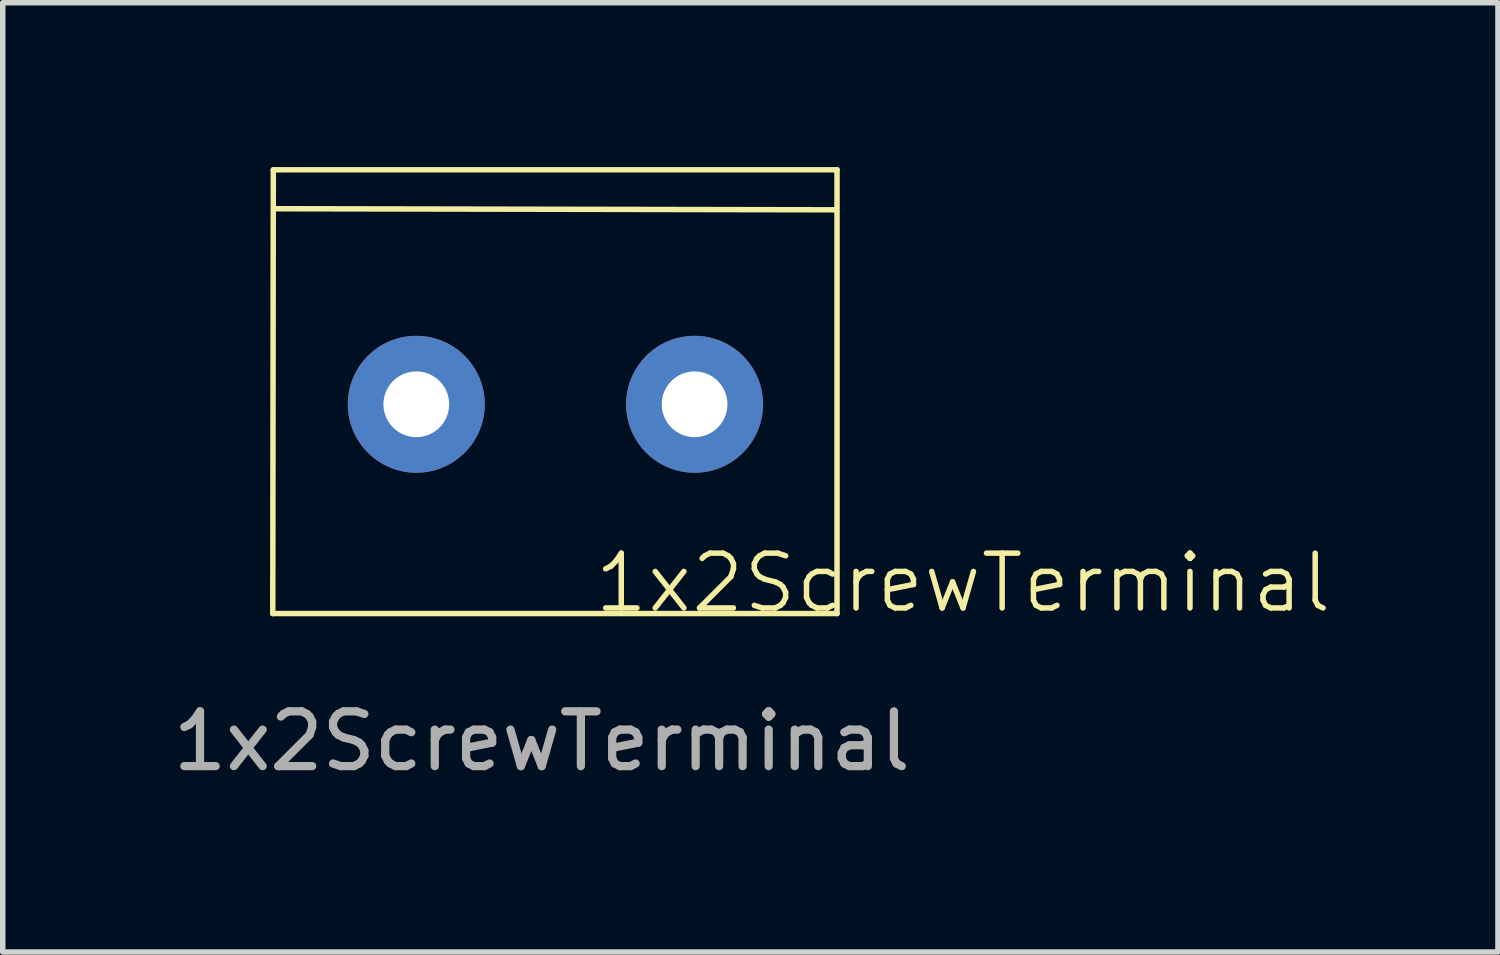
<source format=kicad_pcb>
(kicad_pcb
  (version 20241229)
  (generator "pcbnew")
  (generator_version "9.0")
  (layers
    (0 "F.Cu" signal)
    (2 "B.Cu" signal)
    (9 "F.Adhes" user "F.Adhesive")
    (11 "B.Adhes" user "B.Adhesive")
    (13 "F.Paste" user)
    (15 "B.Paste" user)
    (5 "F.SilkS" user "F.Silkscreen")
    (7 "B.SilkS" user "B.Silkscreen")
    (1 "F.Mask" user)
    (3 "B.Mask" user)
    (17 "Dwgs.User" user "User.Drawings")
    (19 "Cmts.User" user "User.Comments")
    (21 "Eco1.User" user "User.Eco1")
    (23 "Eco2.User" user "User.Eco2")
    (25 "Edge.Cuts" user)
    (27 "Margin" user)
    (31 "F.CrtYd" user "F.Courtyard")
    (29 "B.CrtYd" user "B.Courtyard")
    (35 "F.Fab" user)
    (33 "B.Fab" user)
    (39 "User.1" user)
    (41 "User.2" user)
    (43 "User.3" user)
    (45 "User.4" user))
  (footprint "1x2ScrewTerminal"
    (layer "F.Cu")
    (at 1.949 8.13)
    (property "Reference" "1x2ScrewTerminal" (at 12.58 -0.54 0) (unlocked yes) (layer "F.SilkS") (effects (font (size 1 1) (thickness 0.1))))
    (attr through_hole)
    (fp_line (start -0.02 0.02) (end 10.28 0.02) (stroke (width 0.1) (type default)) (layer "F.SilkS"))
    (fp_line (start -0.01 -8.08) (end -0.02 0.02) (stroke (width 0.1) (type default)) (layer "F.SilkS"))
    (fp_line (start 0.04 -7.37) (end 10.25 -7.35) (stroke (width 0.1) (type default)) (layer "F.SilkS"))
    (fp_line (start 10.28 -8.08) (end -0.01 -8.08) (stroke (width 0.1) (type default)) (layer "F.SilkS"))
    (fp_line (start 10.28 0.02) (end 10.28 -8.08) (stroke (width 0.1) (type default)) (layer "F.SilkS"))
    (fp_text user "${REFERENCE}" (at 4.89 2.35 0) (unlocked yes) (layer "F.Fab") (effects (font (size 1 1) (thickness 0.15))))
    (pad "1" thru_hole circle (at 2.6 -3.8) (size 2.5 2.5) (drill 1.2) (layers "*.Cu" "*.Mask"))
    (pad "2" thru_hole circle (at 7.68 -3.8) (size 2.5 2.5) (drill 1.2) (layers "*.Cu" "*.Mask")))
  (gr_rect
    (start -3 -3)
    (end 24.294 14.328)
    (stroke (width 0.1) (type default))
    (fill no)
    (layer "Edge.Cuts")))
</source>
